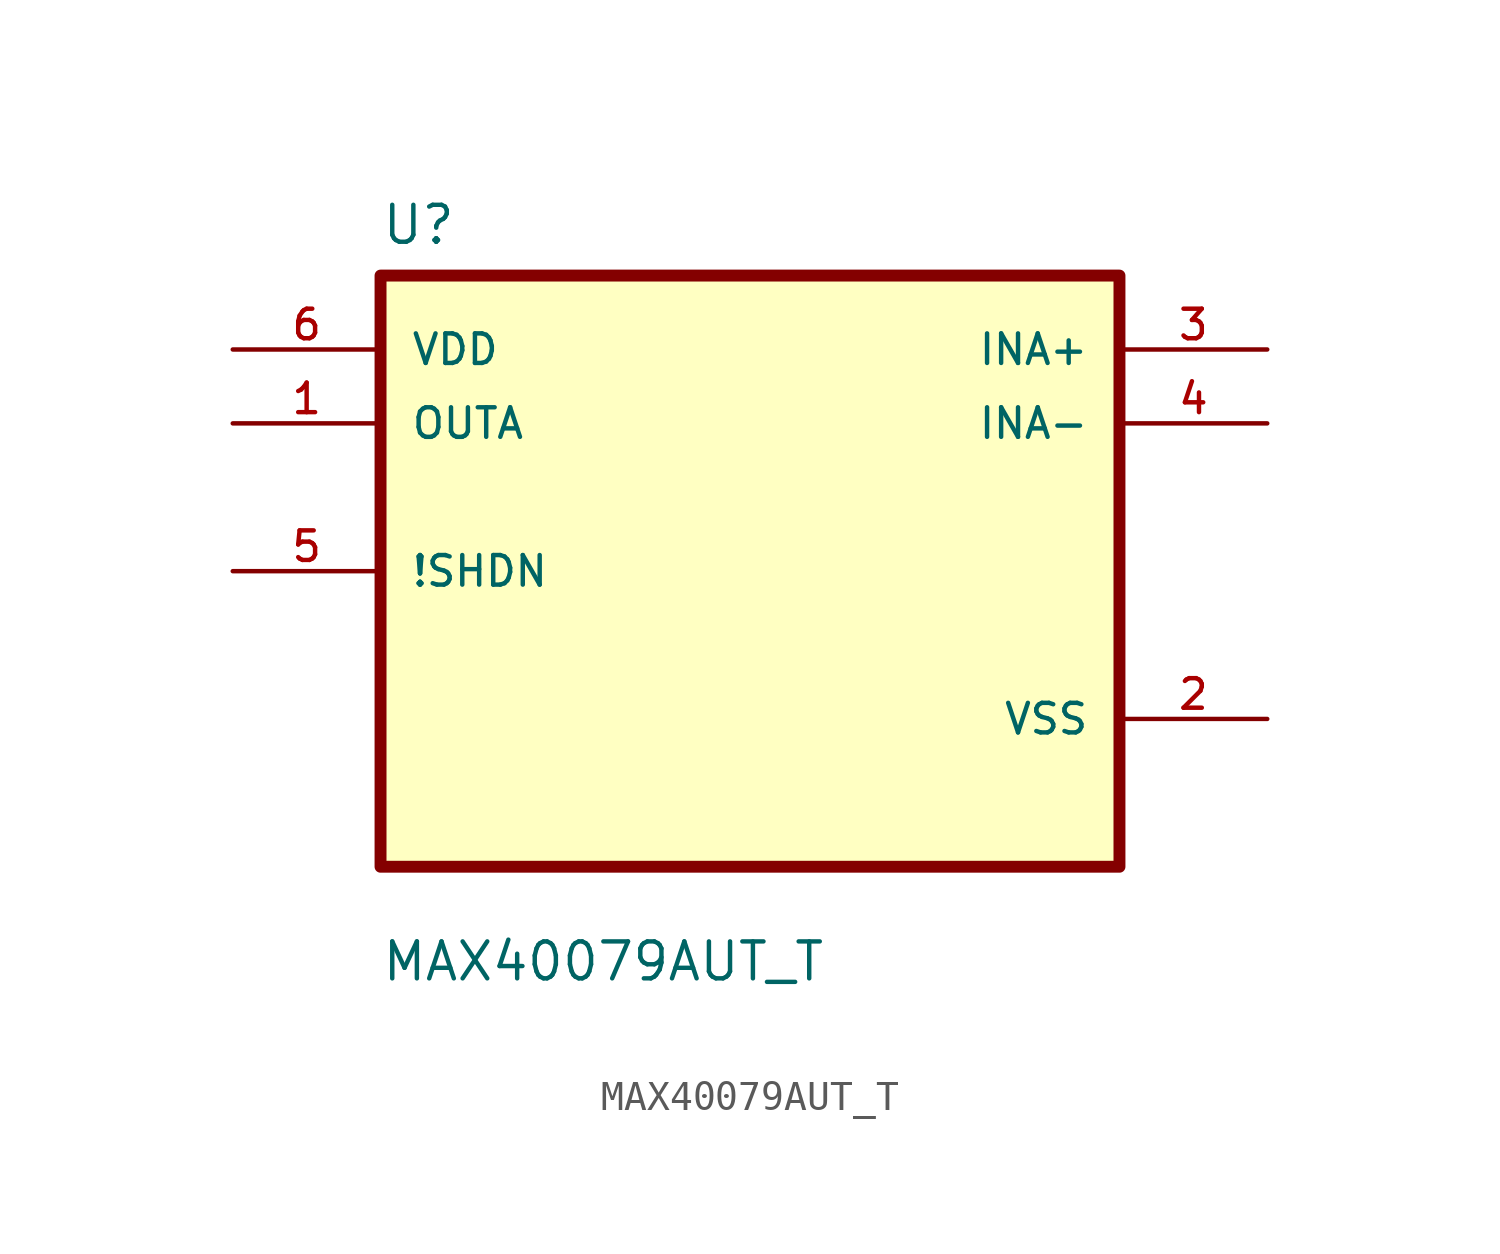
<source format=kicad_sym>
(kicad_symbol_lib
  (version 20241209)
  (generator "kicad_symbol_editor")
  (generator_version "9.0")
  (symbol "MAX40079AUT_T"
    (pin_names
      (offset 1.016))
    (property "Reference" "U"
      (at -12.7 11.16 0)
      (effects (font (size 1.27 1.27)) (justify left bottom)))
    (property "Value" "MAX40079AUT_T"
      (at -12.7 -14.16 0)
      (effects (font (size 1.27 1.27)) (justify left bottom)))
    (symbol "MAX40079AUT_T_0_0"
      (rectangle (start -12.7 -10.16) (end 12.7 10.16) (stroke (width 0.41) (type default)) (fill (type background))))
    (symbol "MAX40079AUT_T_1_0"
      (pin input line (at -17.78 7.62 0) (length 5.08) (name "VDD" (effects (font (size 1.016 1.016)))) (number "6" (effects (font (size 1.016 1.016)))))
      (pin input line (at -17.78 5.08 0) (length 5.08) (name "OUTA" (effects (font (size 1.016 1.016)))) (number "1" (effects (font (size 1.016 1.016)))))
      (pin bidirectional line (at -17.78 0 0) (length 5.08) (name "!SHDN" (effects (font (size 1.016 1.016)))) (number "5" (effects (font (size 1.016 1.016)))))
      (pin output line (at 17.78 7.62 180) (length 5.08) (name "INA+" (effects (font (size 1.016 1.016)))) (number "3" (effects (font (size 1.016 1.016)))))
      (pin output line (at 17.78 5.08 180) (length 5.08) (name "INA-" (effects (font (size 1.016 1.016)))) (number "4" (effects (font (size 1.016 1.016)))))
      (pin power_in line (at 17.78 -5.08 180) (length 5.08) (name "VSS" (effects (font (size 1.016 1.016)))) (number "2" (effects (font (size 1.016 1.016))))))))
</source>
